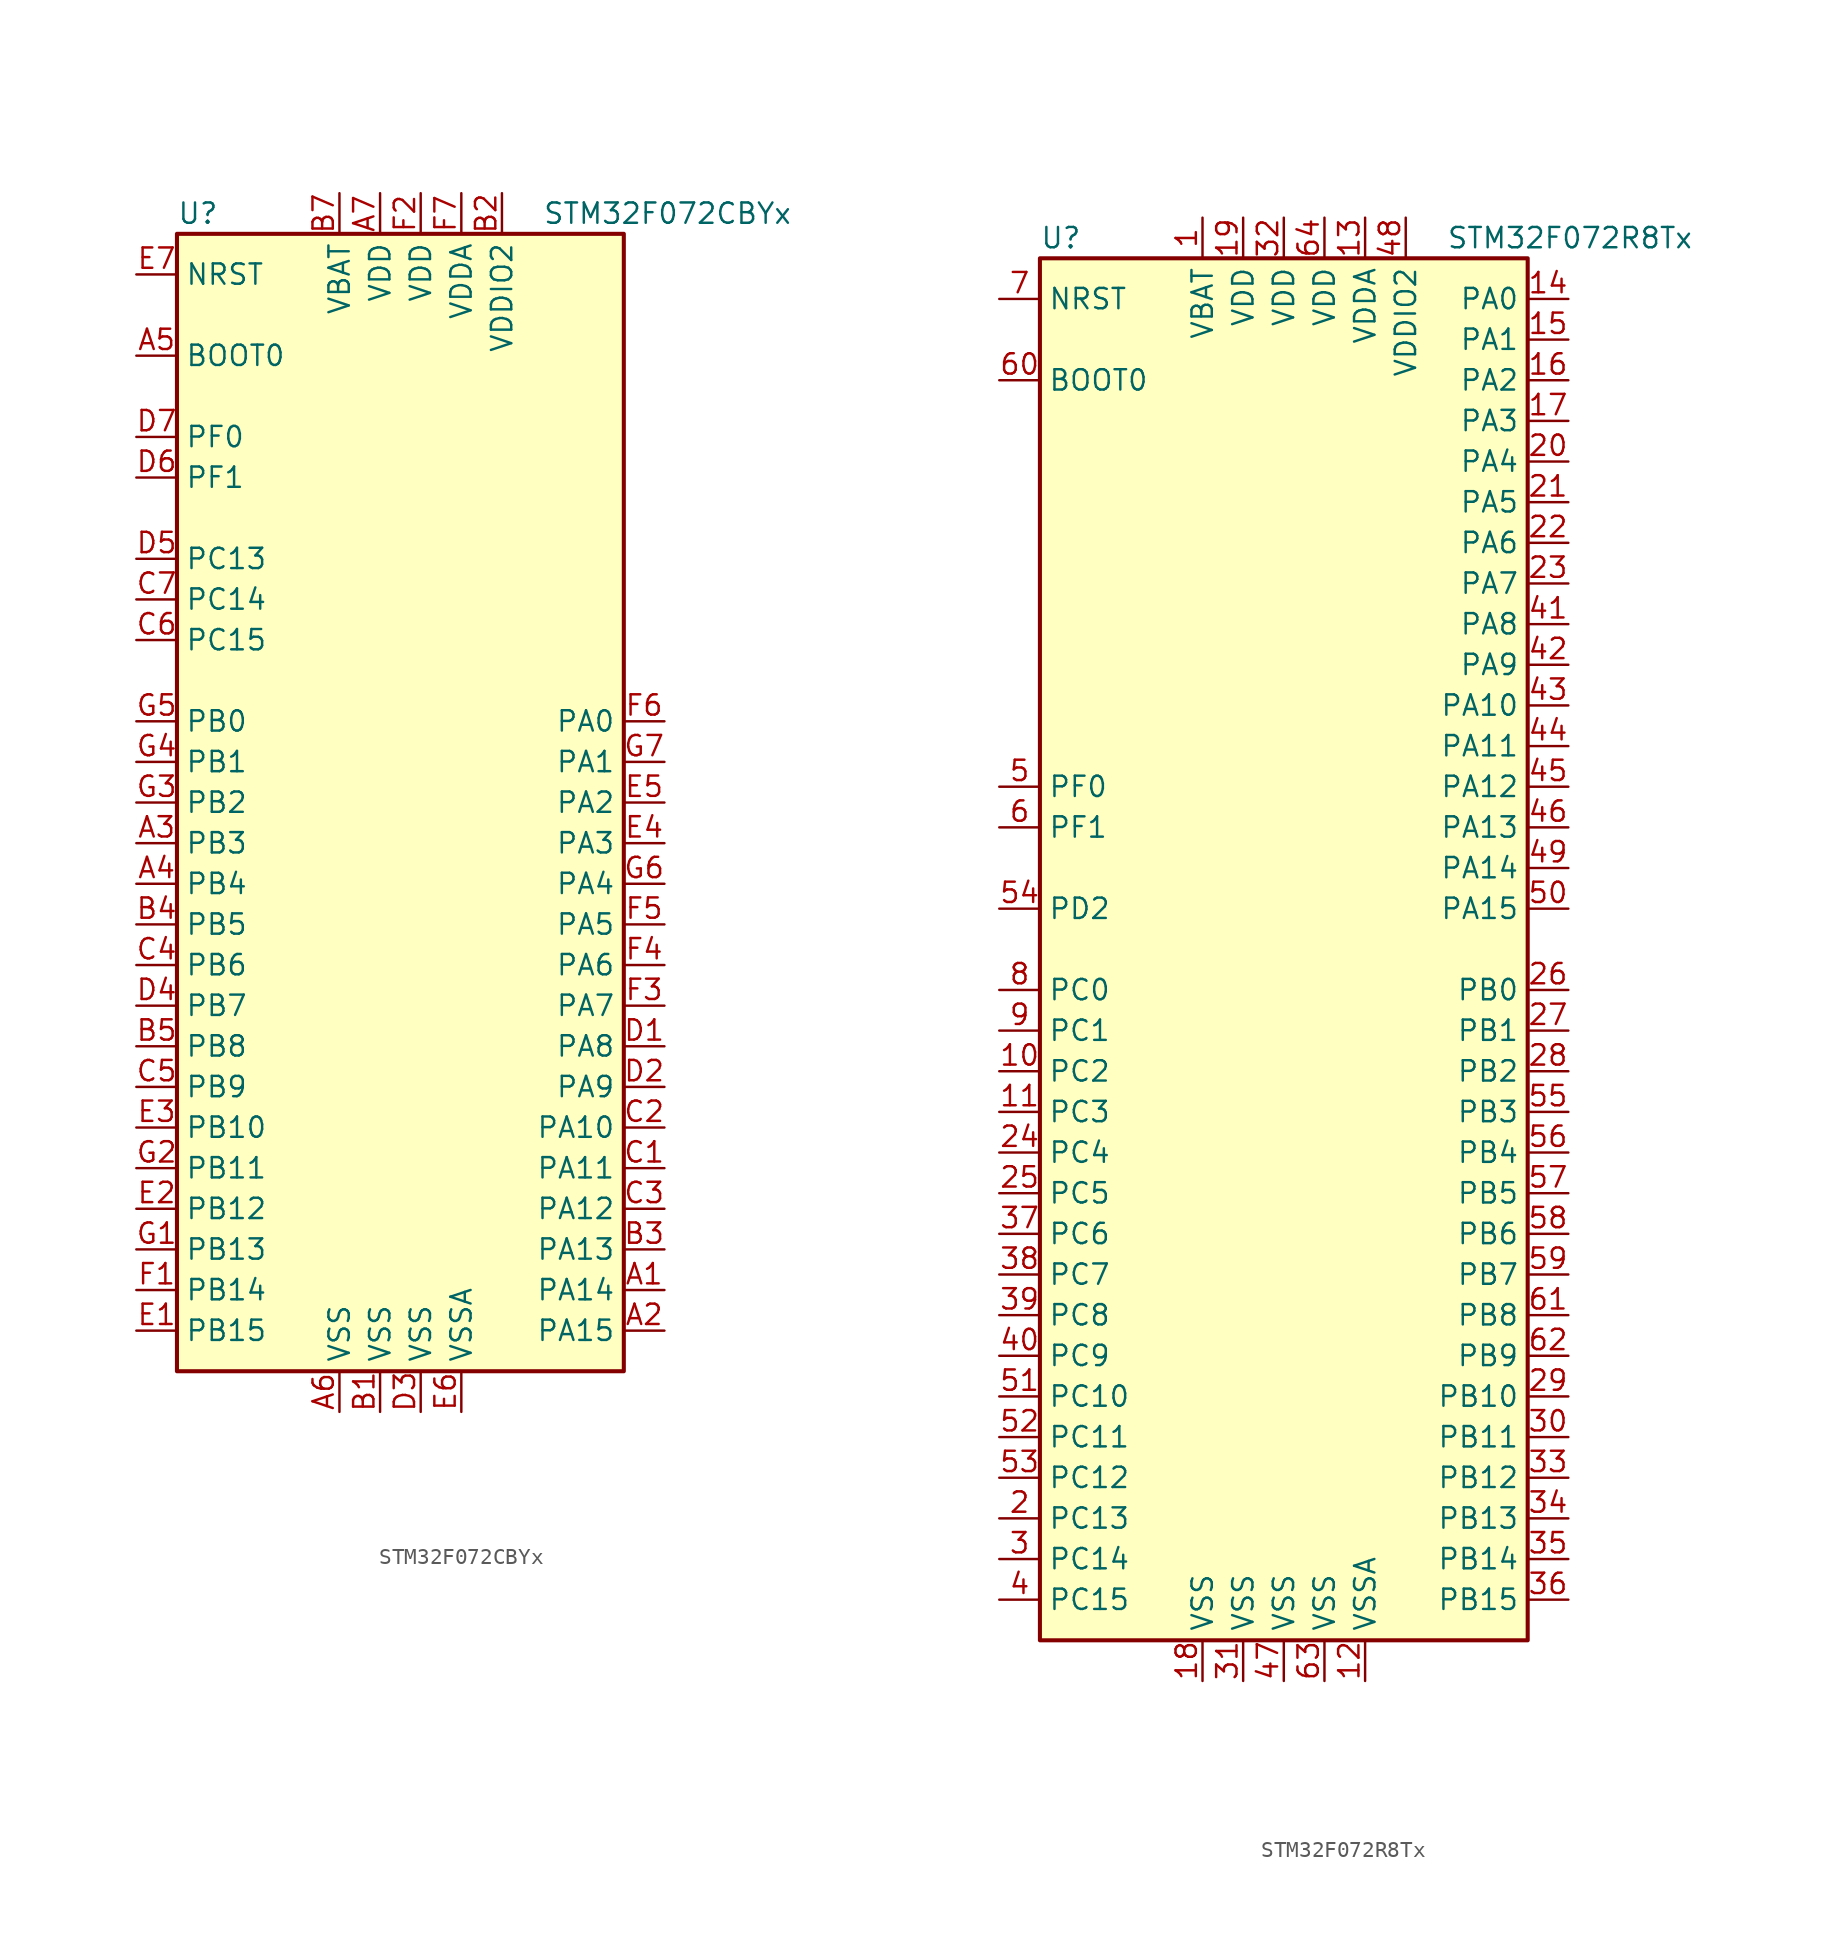
<source format=kicad_sym>
(kicad_symbol_lib
  (version 20201005)
  (generator kicad_symbol_editor)
  (symbol "STM32F072CBYx"
    (property "Reference" "U"
      (at -15.24 36.83 0)
      (effects (font (size 1.27 1.27)) (justify left)))
    (property "Value" "STM32F072CBYx"
      (at 7.62 36.83 0)
      (effects (font (size 1.27 1.27)) (justify left)))
    (symbol "STM32F072CBYx_0_1"
      (rectangle (start -15.24 -35.56) (end 12.7 35.56) (stroke (width 0.254)) (fill (type background))))
    (symbol "STM32F072CBYx_1_1"
      (pin input line (at -17.78 27.94 0) (length 2.54) (name "BOOT0" (effects (font (size 1.27 1.27)))) (number "A5" (effects (font (size 1.27 1.27)))))
      (pin no_connect line (at -15.24 -33.02 0) (length 2.54) hide (name "NC" (effects (font (size 1.27 1.27)))) (number "B6" (effects (font (size 1.27 1.27)))))
      (pin input line (at -17.78 33.02 0) (length 2.54) (name "NRST" (effects (font (size 1.27 1.27)))) (number "E7" (effects (font (size 1.27 1.27)))))
      (pin bidirectional line (at 15.24 5.08 180) (length 2.54) (name "PA0" (effects (font (size 1.27 1.27)))) (number "F6" (effects (font (size 1.27 1.27)))))
      (pin bidirectional line (at 15.24 2.54 180) (length 2.54) (name "PA1" (effects (font (size 1.27 1.27)))) (number "G7" (effects (font (size 1.27 1.27)))))
      (pin bidirectional line (at 15.24 -20.32 180) (length 2.54) (name "PA10" (effects (font (size 1.27 1.27)))) (number "C2" (effects (font (size 1.27 1.27)))))
      (pin bidirectional line (at 15.24 -22.86 180) (length 2.54) (name "PA11" (effects (font (size 1.27 1.27)))) (number "C1" (effects (font (size 1.27 1.27)))))
      (pin bidirectional line (at 15.24 -25.4 180) (length 2.54) (name "PA12" (effects (font (size 1.27 1.27)))) (number "C3" (effects (font (size 1.27 1.27)))))
      (pin bidirectional line (at 15.24 -27.94 180) (length 2.54) (name "PA13" (effects (font (size 1.27 1.27)))) (number "B3" (effects (font (size 1.27 1.27)))))
      (pin bidirectional line (at 15.24 -30.48 180) (length 2.54) (name "PA14" (effects (font (size 1.27 1.27)))) (number "A1" (effects (font (size 1.27 1.27)))))
      (pin bidirectional line (at 15.24 -33.02 180) (length 2.54) (name "PA15" (effects (font (size 1.27 1.27)))) (number "A2" (effects (font (size 1.27 1.27)))))
      (pin bidirectional line (at 15.24 0 180) (length 2.54) (name "PA2" (effects (font (size 1.27 1.27)))) (number "E5" (effects (font (size 1.27 1.27)))))
      (pin bidirectional line (at 15.24 -2.54 180) (length 2.54) (name "PA3" (effects (font (size 1.27 1.27)))) (number "E4" (effects (font (size 1.27 1.27)))))
      (pin bidirectional line (at 15.24 -5.08 180) (length 2.54) (name "PA4" (effects (font (size 1.27 1.27)))) (number "G6" (effects (font (size 1.27 1.27)))))
      (pin bidirectional line (at 15.24 -7.62 180) (length 2.54) (name "PA5" (effects (font (size 1.27 1.27)))) (number "F5" (effects (font (size 1.27 1.27)))))
      (pin bidirectional line (at 15.24 -10.16 180) (length 2.54) (name "PA6" (effects (font (size 1.27 1.27)))) (number "F4" (effects (font (size 1.27 1.27)))))
      (pin bidirectional line (at 15.24 -12.7 180) (length 2.54) (name "PA7" (effects (font (size 1.27 1.27)))) (number "F3" (effects (font (size 1.27 1.27)))))
      (pin bidirectional line (at 15.24 -15.24 180) (length 2.54) (name "PA8" (effects (font (size 1.27 1.27)))) (number "D1" (effects (font (size 1.27 1.27)))))
      (pin bidirectional line (at 15.24 -17.78 180) (length 2.54) (name "PA9" (effects (font (size 1.27 1.27)))) (number "D2" (effects (font (size 1.27 1.27)))))
      (pin bidirectional line (at -17.78 5.08 0) (length 2.54) (name "PB0" (effects (font (size 1.27 1.27)))) (number "G5" (effects (font (size 1.27 1.27)))))
      (pin bidirectional line (at -17.78 2.54 0) (length 2.54) (name "PB1" (effects (font (size 1.27 1.27)))) (number "G4" (effects (font (size 1.27 1.27)))))
      (pin bidirectional line (at -17.78 -20.32 0) (length 2.54) (name "PB10" (effects (font (size 1.27 1.27)))) (number "E3" (effects (font (size 1.27 1.27)))))
      (pin bidirectional line (at -17.78 -22.86 0) (length 2.54) (name "PB11" (effects (font (size 1.27 1.27)))) (number "G2" (effects (font (size 1.27 1.27)))))
      (pin bidirectional line (at -17.78 -25.4 0) (length 2.54) (name "PB12" (effects (font (size 1.27 1.27)))) (number "E2" (effects (font (size 1.27 1.27)))))
      (pin bidirectional line (at -17.78 -27.94 0) (length 2.54) (name "PB13" (effects (font (size 1.27 1.27)))) (number "G1" (effects (font (size 1.27 1.27)))))
      (pin bidirectional line (at -17.78 -30.48 0) (length 2.54) (name "PB14" (effects (font (size 1.27 1.27)))) (number "F1" (effects (font (size 1.27 1.27)))))
      (pin bidirectional line (at -17.78 -33.02 0) (length 2.54) (name "PB15" (effects (font (size 1.27 1.27)))) (number "E1" (effects (font (size 1.27 1.27)))))
      (pin bidirectional line (at -17.78 0 0) (length 2.54) (name "PB2" (effects (font (size 1.27 1.27)))) (number "G3" (effects (font (size 1.27 1.27)))))
      (pin bidirectional line (at -17.78 -2.54 0) (length 2.54) (name "PB3" (effects (font (size 1.27 1.27)))) (number "A3" (effects (font (size 1.27 1.27)))))
      (pin bidirectional line (at -17.78 -5.08 0) (length 2.54) (name "PB4" (effects (font (size 1.27 1.27)))) (number "A4" (effects (font (size 1.27 1.27)))))
      (pin bidirectional line (at -17.78 -7.62 0) (length 2.54) (name "PB5" (effects (font (size 1.27 1.27)))) (number "B4" (effects (font (size 1.27 1.27)))))
      (pin bidirectional line (at -17.78 -10.16 0) (length 2.54) (name "PB6" (effects (font (size 1.27 1.27)))) (number "C4" (effects (font (size 1.27 1.27)))))
      (pin bidirectional line (at -17.78 -12.7 0) (length 2.54) (name "PB7" (effects (font (size 1.27 1.27)))) (number "D4" (effects (font (size 1.27 1.27)))))
      (pin bidirectional line (at -17.78 -15.24 0) (length 2.54) (name "PB8" (effects (font (size 1.27 1.27)))) (number "B5" (effects (font (size 1.27 1.27)))))
      (pin bidirectional line (at -17.78 -17.78 0) (length 2.54) (name "PB9" (effects (font (size 1.27 1.27)))) (number "C5" (effects (font (size 1.27 1.27)))))
      (pin bidirectional line (at -17.78 15.24 0) (length 2.54) (name "PC13" (effects (font (size 1.27 1.27)))) (number "D5" (effects (font (size 1.27 1.27)))))
      (pin bidirectional line (at -17.78 12.7 0) (length 2.54) (name "PC14" (effects (font (size 1.27 1.27)))) (number "C7" (effects (font (size 1.27 1.27)))))
      (pin bidirectional line (at -17.78 10.16 0) (length 2.54) (name "PC15" (effects (font (size 1.27 1.27)))) (number "C6" (effects (font (size 1.27 1.27)))))
      (pin input line (at -17.78 22.86 0) (length 2.54) (name "PF0" (effects (font (size 1.27 1.27)))) (number "D7" (effects (font (size 1.27 1.27)))))
      (pin input line (at -17.78 20.32 0) (length 2.54) (name "PF1" (effects (font (size 1.27 1.27)))) (number "D6" (effects (font (size 1.27 1.27)))))
      (pin power_in line (at -5.08 38.1 270) (length 2.54) (name "VBAT" (effects (font (size 1.27 1.27)))) (number "B7" (effects (font (size 1.27 1.27)))))
      (pin power_in line (at -2.54 38.1 270) (length 2.54) (name "VDD" (effects (font (size 1.27 1.27)))) (number "A7" (effects (font (size 1.27 1.27)))))
      (pin power_in line (at 0 38.1 270) (length 2.54) (name "VDD" (effects (font (size 1.27 1.27)))) (number "F2" (effects (font (size 1.27 1.27)))))
      (pin power_in line (at 2.54 38.1 270) (length 2.54) (name "VDDA" (effects (font (size 1.27 1.27)))) (number "F7" (effects (font (size 1.27 1.27)))))
      (pin power_in line (at 5.08 38.1 270) (length 2.54) (name "VDDIO2" (effects (font (size 1.27 1.27)))) (number "B2" (effects (font (size 1.27 1.27)))))
      (pin power_in line (at -5.08 -38.1 90) (length 2.54) (name "VSS" (effects (font (size 1.27 1.27)))) (number "A6" (effects (font (size 1.27 1.27)))))
      (pin power_in line (at -2.54 -38.1 90) (length 2.54) (name "VSS" (effects (font (size 1.27 1.27)))) (number "B1" (effects (font (size 1.27 1.27)))))
      (pin power_in line (at 0 -38.1 90) (length 2.54) (name "VSS" (effects (font (size 1.27 1.27)))) (number "D3" (effects (font (size 1.27 1.27)))))
      (pin power_in line (at 2.54 -38.1 90) (length 2.54) (name "VSSA" (effects (font (size 1.27 1.27)))) (number "E6" (effects (font (size 1.27 1.27)))))))
  (symbol "STM32F072R8Tx"
    (property "Reference" "U"
      (at -15.24 44.45 0)
      (effects (font (size 1.27 1.27)) (justify left)))
    (property "Value" "STM32F072R8Tx"
      (at 10.16 44.45 0)
      (effects (font (size 1.27 1.27)) (justify left)))
    (symbol "STM32F072R8Tx_0_1"
      (rectangle (start -15.24 -43.18) (end 15.24 43.18) (stroke (width 0.254)) (fill (type background))))
    (symbol "STM32F072R8Tx_1_1"
      (pin input line (at -17.78 35.56 0) (length 2.54) (name "BOOT0" (effects (font (size 1.27 1.27)))) (number "60" (effects (font (size 1.27 1.27)))))
      (pin input line (at -17.78 40.64 0) (length 2.54) (name "NRST" (effects (font (size 1.27 1.27)))) (number "7" (effects (font (size 1.27 1.27)))))
      (pin bidirectional line (at 17.78 40.64 180) (length 2.54) (name "PA0" (effects (font (size 1.27 1.27)))) (number "14" (effects (font (size 1.27 1.27)))))
      (pin bidirectional line (at 17.78 38.1 180) (length 2.54) (name "PA1" (effects (font (size 1.27 1.27)))) (number "15" (effects (font (size 1.27 1.27)))))
      (pin bidirectional line (at 17.78 15.24 180) (length 2.54) (name "PA10" (effects (font (size 1.27 1.27)))) (number "43" (effects (font (size 1.27 1.27)))))
      (pin bidirectional line (at 17.78 12.7 180) (length 2.54) (name "PA11" (effects (font (size 1.27 1.27)))) (number "44" (effects (font (size 1.27 1.27)))))
      (pin bidirectional line (at 17.78 10.16 180) (length 2.54) (name "PA12" (effects (font (size 1.27 1.27)))) (number "45" (effects (font (size 1.27 1.27)))))
      (pin bidirectional line (at 17.78 7.62 180) (length 2.54) (name "PA13" (effects (font (size 1.27 1.27)))) (number "46" (effects (font (size 1.27 1.27)))))
      (pin bidirectional line (at 17.78 5.08 180) (length 2.54) (name "PA14" (effects (font (size 1.27 1.27)))) (number "49" (effects (font (size 1.27 1.27)))))
      (pin bidirectional line (at 17.78 2.54 180) (length 2.54) (name "PA15" (effects (font (size 1.27 1.27)))) (number "50" (effects (font (size 1.27 1.27)))))
      (pin bidirectional line (at 17.78 35.56 180) (length 2.54) (name "PA2" (effects (font (size 1.27 1.27)))) (number "16" (effects (font (size 1.27 1.27)))))
      (pin bidirectional line (at 17.78 33.02 180) (length 2.54) (name "PA3" (effects (font (size 1.27 1.27)))) (number "17" (effects (font (size 1.27 1.27)))))
      (pin bidirectional line (at 17.78 30.48 180) (length 2.54) (name "PA4" (effects (font (size 1.27 1.27)))) (number "20" (effects (font (size 1.27 1.27)))))
      (pin bidirectional line (at 17.78 27.94 180) (length 2.54) (name "PA5" (effects (font (size 1.27 1.27)))) (number "21" (effects (font (size 1.27 1.27)))))
      (pin bidirectional line (at 17.78 25.4 180) (length 2.54) (name "PA6" (effects (font (size 1.27 1.27)))) (number "22" (effects (font (size 1.27 1.27)))))
      (pin bidirectional line (at 17.78 22.86 180) (length 2.54) (name "PA7" (effects (font (size 1.27 1.27)))) (number "23" (effects (font (size 1.27 1.27)))))
      (pin bidirectional line (at 17.78 20.32 180) (length 2.54) (name "PA8" (effects (font (size 1.27 1.27)))) (number "41" (effects (font (size 1.27 1.27)))))
      (pin bidirectional line (at 17.78 17.78 180) (length 2.54) (name "PA9" (effects (font (size 1.27 1.27)))) (number "42" (effects (font (size 1.27 1.27)))))
      (pin bidirectional line (at 17.78 -2.54 180) (length 2.54) (name "PB0" (effects (font (size 1.27 1.27)))) (number "26" (effects (font (size 1.27 1.27)))))
      (pin bidirectional line (at 17.78 -5.08 180) (length 2.54) (name "PB1" (effects (font (size 1.27 1.27)))) (number "27" (effects (font (size 1.27 1.27)))))
      (pin bidirectional line (at 17.78 -27.94 180) (length 2.54) (name "PB10" (effects (font (size 1.27 1.27)))) (number "29" (effects (font (size 1.27 1.27)))))
      (pin bidirectional line (at 17.78 -30.48 180) (length 2.54) (name "PB11" (effects (font (size 1.27 1.27)))) (number "30" (effects (font (size 1.27 1.27)))))
      (pin bidirectional line (at 17.78 -33.02 180) (length 2.54) (name "PB12" (effects (font (size 1.27 1.27)))) (number "33" (effects (font (size 1.27 1.27)))))
      (pin bidirectional line (at 17.78 -35.56 180) (length 2.54) (name "PB13" (effects (font (size 1.27 1.27)))) (number "34" (effects (font (size 1.27 1.27)))))
      (pin bidirectional line (at 17.78 -38.1 180) (length 2.54) (name "PB14" (effects (font (size 1.27 1.27)))) (number "35" (effects (font (size 1.27 1.27)))))
      (pin bidirectional line (at 17.78 -40.64 180) (length 2.54) (name "PB15" (effects (font (size 1.27 1.27)))) (number "36" (effects (font (size 1.27 1.27)))))
      (pin bidirectional line (at 17.78 -7.62 180) (length 2.54) (name "PB2" (effects (font (size 1.27 1.27)))) (number "28" (effects (font (size 1.27 1.27)))))
      (pin bidirectional line (at 17.78 -10.16 180) (length 2.54) (name "PB3" (effects (font (size 1.27 1.27)))) (number "55" (effects (font (size 1.27 1.27)))))
      (pin bidirectional line (at 17.78 -12.7 180) (length 2.54) (name "PB4" (effects (font (size 1.27 1.27)))) (number "56" (effects (font (size 1.27 1.27)))))
      (pin bidirectional line (at 17.78 -15.24 180) (length 2.54) (name "PB5" (effects (font (size 1.27 1.27)))) (number "57" (effects (font (size 1.27 1.27)))))
      (pin bidirectional line (at 17.78 -17.78 180) (length 2.54) (name "PB6" (effects (font (size 1.27 1.27)))) (number "58" (effects (font (size 1.27 1.27)))))
      (pin bidirectional line (at 17.78 -20.32 180) (length 2.54) (name "PB7" (effects (font (size 1.27 1.27)))) (number "59" (effects (font (size 1.27 1.27)))))
      (pin bidirectional line (at 17.78 -22.86 180) (length 2.54) (name "PB8" (effects (font (size 1.27 1.27)))) (number "61" (effects (font (size 1.27 1.27)))))
      (pin bidirectional line (at 17.78 -25.4 180) (length 2.54) (name "PB9" (effects (font (size 1.27 1.27)))) (number "62" (effects (font (size 1.27 1.27)))))
      (pin bidirectional line (at -17.78 -2.54 0) (length 2.54) (name "PC0" (effects (font (size 1.27 1.27)))) (number "8" (effects (font (size 1.27 1.27)))))
      (pin bidirectional line (at -17.78 -5.08 0) (length 2.54) (name "PC1" (effects (font (size 1.27 1.27)))) (number "9" (effects (font (size 1.27 1.27)))))
      (pin bidirectional line (at -17.78 -27.94 0) (length 2.54) (name "PC10" (effects (font (size 1.27 1.27)))) (number "51" (effects (font (size 1.27 1.27)))))
      (pin bidirectional line (at -17.78 -30.48 0) (length 2.54) (name "PC11" (effects (font (size 1.27 1.27)))) (number "52" (effects (font (size 1.27 1.27)))))
      (pin bidirectional line (at -17.78 -33.02 0) (length 2.54) (name "PC12" (effects (font (size 1.27 1.27)))) (number "53" (effects (font (size 1.27 1.27)))))
      (pin bidirectional line (at -17.78 -35.56 0) (length 2.54) (name "PC13" (effects (font (size 1.27 1.27)))) (number "2" (effects (font (size 1.27 1.27)))))
      (pin bidirectional line (at -17.78 -38.1 0) (length 2.54) (name "PC14" (effects (font (size 1.27 1.27)))) (number "3" (effects (font (size 1.27 1.27)))))
      (pin bidirectional line (at -17.78 -40.64 0) (length 2.54) (name "PC15" (effects (font (size 1.27 1.27)))) (number "4" (effects (font (size 1.27 1.27)))))
      (pin bidirectional line (at -17.78 -7.62 0) (length 2.54) (name "PC2" (effects (font (size 1.27 1.27)))) (number "10" (effects (font (size 1.27 1.27)))))
      (pin bidirectional line (at -17.78 -10.16 0) (length 2.54) (name "PC3" (effects (font (size 1.27 1.27)))) (number "11" (effects (font (size 1.27 1.27)))))
      (pin bidirectional line (at -17.78 -12.7 0) (length 2.54) (name "PC4" (effects (font (size 1.27 1.27)))) (number "24" (effects (font (size 1.27 1.27)))))
      (pin bidirectional line (at -17.78 -15.24 0) (length 2.54) (name "PC5" (effects (font (size 1.27 1.27)))) (number "25" (effects (font (size 1.27 1.27)))))
      (pin bidirectional line (at -17.78 -17.78 0) (length 2.54) (name "PC6" (effects (font (size 1.27 1.27)))) (number "37" (effects (font (size 1.27 1.27)))))
      (pin bidirectional line (at -17.78 -20.32 0) (length 2.54) (name "PC7" (effects (font (size 1.27 1.27)))) (number "38" (effects (font (size 1.27 1.27)))))
      (pin bidirectional line (at -17.78 -22.86 0) (length 2.54) (name "PC8" (effects (font (size 1.27 1.27)))) (number "39" (effects (font (size 1.27 1.27)))))
      (pin bidirectional line (at -17.78 -25.4 0) (length 2.54) (name "PC9" (effects (font (size 1.27 1.27)))) (number "40" (effects (font (size 1.27 1.27)))))
      (pin bidirectional line (at -17.78 2.54 0) (length 2.54) (name "PD2" (effects (font (size 1.27 1.27)))) (number "54" (effects (font (size 1.27 1.27)))))
      (pin input line (at -17.78 10.16 0) (length 2.54) (name "PF0" (effects (font (size 1.27 1.27)))) (number "5" (effects (font (size 1.27 1.27)))))
      (pin input line (at -17.78 7.62 0) (length 2.54) (name "PF1" (effects (font (size 1.27 1.27)))) (number "6" (effects (font (size 1.27 1.27)))))
      (pin power_in line (at -5.08 45.72 270) (length 2.54) (name "VBAT" (effects (font (size 1.27 1.27)))) (number "1" (effects (font (size 1.27 1.27)))))
      (pin power_in line (at -2.54 45.72 270) (length 2.54) (name "VDD" (effects (font (size 1.27 1.27)))) (number "19" (effects (font (size 1.27 1.27)))))
      (pin power_in line (at 0 45.72 270) (length 2.54) (name "VDD" (effects (font (size 1.27 1.27)))) (number "32" (effects (font (size 1.27 1.27)))))
      (pin power_in line (at 2.54 45.72 270) (length 2.54) (name "VDD" (effects (font (size 1.27 1.27)))) (number "64" (effects (font (size 1.27 1.27)))))
      (pin power_in line (at 5.08 45.72 270) (length 2.54) (name "VDDA" (effects (font (size 1.27 1.27)))) (number "13" (effects (font (size 1.27 1.27)))))
      (pin power_in line (at 7.62 45.72 270) (length 2.54) (name "VDDIO2" (effects (font (size 1.27 1.27)))) (number "48" (effects (font (size 1.27 1.27)))))
      (pin power_in line (at -5.08 -45.72 90) (length 2.54) (name "VSS" (effects (font (size 1.27 1.27)))) (number "18" (effects (font (size 1.27 1.27)))))
      (pin power_in line (at -2.54 -45.72 90) (length 2.54) (name "VSS" (effects (font (size 1.27 1.27)))) (number "31" (effects (font (size 1.27 1.27)))))
      (pin power_in line (at 0 -45.72 90) (length 2.54) (name "VSS" (effects (font (size 1.27 1.27)))) (number "47" (effects (font (size 1.27 1.27)))))
      (pin power_in line (at 2.54 -45.72 90) (length 2.54) (name "VSS" (effects (font (size 1.27 1.27)))) (number "63" (effects (font (size 1.27 1.27)))))
      (pin power_in line (at 5.08 -45.72 90) (length 2.54) (name "VSSA" (effects (font (size 1.27 1.27)))) (number "12" (effects (font (size 1.27 1.27))))))))
</source>
